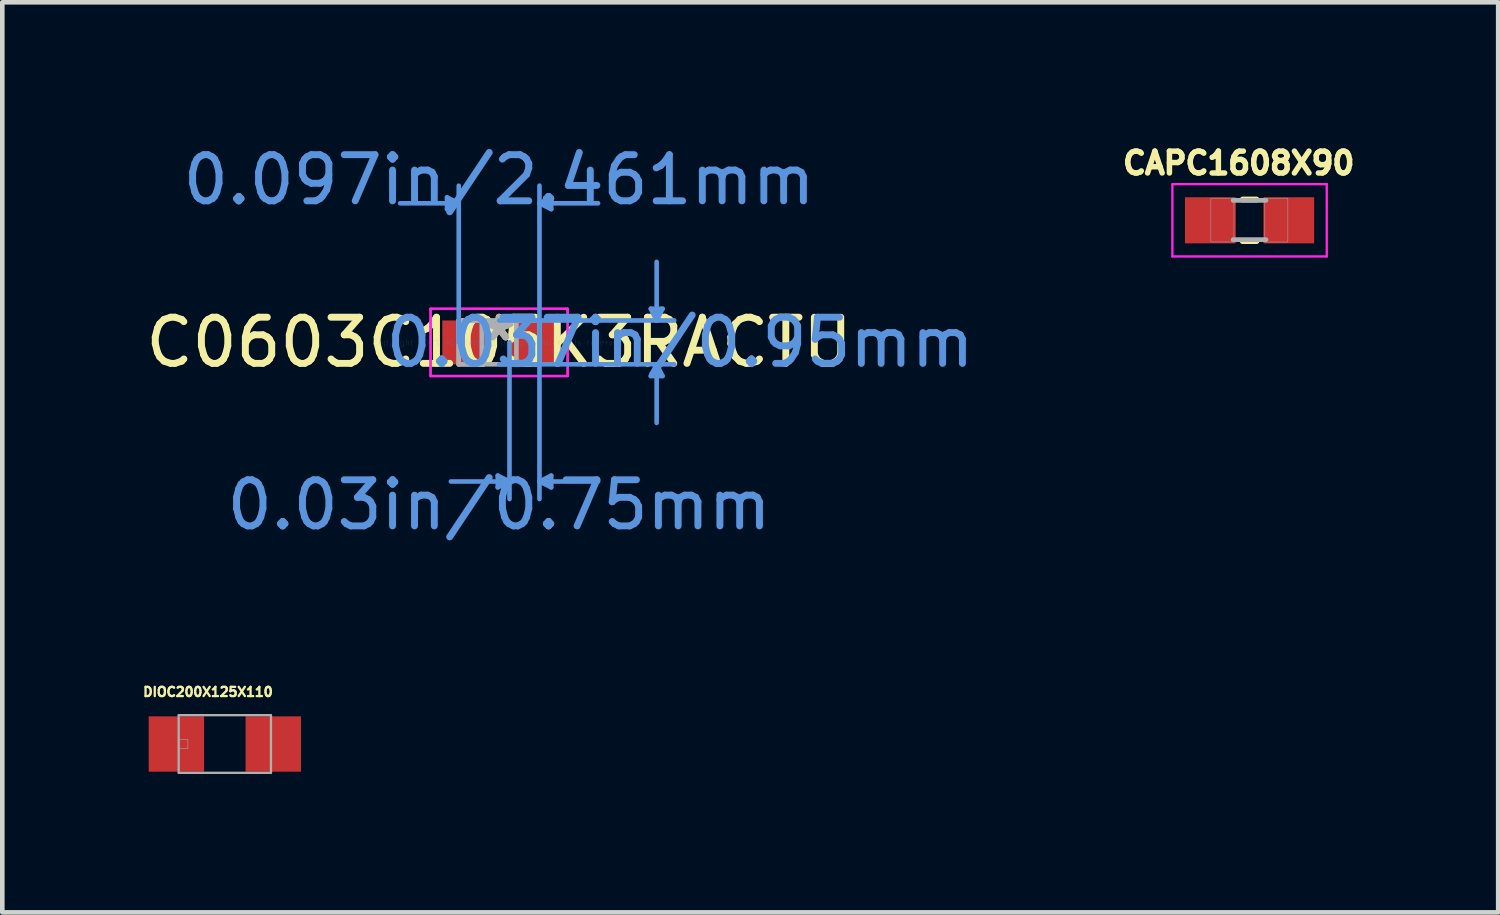
<source format=kicad_pcb>
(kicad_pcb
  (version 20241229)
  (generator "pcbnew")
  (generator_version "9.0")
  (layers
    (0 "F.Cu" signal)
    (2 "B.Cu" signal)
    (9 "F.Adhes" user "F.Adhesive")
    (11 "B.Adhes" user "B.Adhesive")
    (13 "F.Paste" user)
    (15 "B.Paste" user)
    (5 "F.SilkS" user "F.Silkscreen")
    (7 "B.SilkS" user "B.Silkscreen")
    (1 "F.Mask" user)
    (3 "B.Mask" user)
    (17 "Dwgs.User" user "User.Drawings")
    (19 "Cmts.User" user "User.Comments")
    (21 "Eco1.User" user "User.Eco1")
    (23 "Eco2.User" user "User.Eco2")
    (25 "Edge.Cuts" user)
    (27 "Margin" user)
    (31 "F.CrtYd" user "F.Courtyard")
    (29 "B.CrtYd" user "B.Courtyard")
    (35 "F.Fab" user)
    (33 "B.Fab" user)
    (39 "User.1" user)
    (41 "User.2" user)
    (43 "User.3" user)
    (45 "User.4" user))
  (footprint "C0603C105K3RACTU"
    (layer "F.Cu")
    (at 7.768 4.371)
    (property "Reference" "C0603C105K3RACTU" (at 0 0 0) (layer "F.SilkS") (effects (font (size 1 1) (thickness 0.15))))
    (attr through_hole)
    (fp_line (start -1.129 -3.142) (end -1.129 -2.888) (stroke (width 0.1) (type solid)) (layer "Cmts.User"))
    (fp_line (start -0.875 -3.015) (end -2.145 -3.015) (stroke (width 0.1) (type solid)) (layer "Cmts.User"))
    (fp_line (start -0.875 -3.015) (end -1.129 -3.142) (stroke (width 0.1) (type solid)) (layer "Cmts.User"))
    (fp_line (start -0.875 -3.015) (end -1.129 -2.888) (stroke (width 0.1) (type solid)) (layer "Cmts.User"))
    (fp_line (start -0.875 0) (end -0.875 -3.396) (stroke (width 0.1) (type solid)) (layer "Cmts.User"))
    (fp_line (start -0.029 2.888) (end -0.029 3.142) (stroke (width 0.1) (type solid)) (layer "Cmts.User"))
    (fp_line (start 0 -0.475) (end 3.796 -0.475) (stroke (width 0.1) (type solid)) (layer "Cmts.User"))
    (fp_line (start 0 0.475) (end 3.796 0.475) (stroke (width 0.1) (type solid)) (layer "Cmts.User"))
    (fp_line (start 0.225 0) (end 0.225 3.396) (stroke (width 0.1) (type solid)) (layer "Cmts.User"))
    (fp_line (start 0.225 3.015) (end -1.045 3.015) (stroke (width 0.1) (type solid)) (layer "Cmts.User"))
    (fp_line (start 0.225 3.015) (end -0.029 2.888) (stroke (width 0.1) (type solid)) (layer "Cmts.User"))
    (fp_line (start 0.225 3.015) (end -0.029 3.142) (stroke (width 0.1) (type solid)) (layer "Cmts.User"))
    (fp_line (start 0.875 -3.015) (end 1.129 -3.142) (stroke (width 0.1) (type solid)) (layer "Cmts.User"))
    (fp_line (start 0.875 -3.015) (end 1.129 -2.888) (stroke (width 0.1) (type solid)) (layer "Cmts.User"))
    (fp_line (start 0.875 -3.015) (end 2.145 -3.015) (stroke (width 0.1) (type solid)) (layer "Cmts.User"))
    (fp_line (start 0.875 0) (end 0.875 -3.396) (stroke (width 0.1) (type solid)) (layer "Cmts.User"))
    (fp_line (start 0.875 0) (end 0.875 3.396) (stroke (width 0.1) (type solid)) (layer "Cmts.User"))
    (fp_line (start 0.875 3.015) (end 1.129 2.888) (stroke (width 0.1) (type solid)) (layer "Cmts.User"))
    (fp_line (start 0.875 3.015) (end 1.129 3.142) (stroke (width 0.1) (type solid)) (layer "Cmts.User"))
    (fp_line (start 0.875 3.015) (end 2.145 3.015) (stroke (width 0.1) (type solid)) (layer "Cmts.User"))
    (fp_line (start 1.129 -3.142) (end 1.129 -2.888) (stroke (width 0.1) (type solid)) (layer "Cmts.User"))
    (fp_line (start 1.129 2.888) (end 1.129 3.142) (stroke (width 0.1) (type solid)) (layer "Cmts.User"))
    (fp_line (start 3.288 -0.729) (end 3.542 -0.729) (stroke (width 0.1) (type solid)) (layer "Cmts.User"))
    (fp_line (start 3.288 0.729) (end 3.542 0.729) (stroke (width 0.1) (type solid)) (layer "Cmts.User"))
    (fp_line (start 3.415 -0.475) (end 3.288 -0.729) (stroke (width 0.1) (type solid)) (layer "Cmts.User"))
    (fp_line (start 3.415 -0.475) (end 3.415 -1.745) (stroke (width 0.1) (type solid)) (layer "Cmts.User"))
    (fp_line (start 3.415 -0.475) (end 3.542 -0.729) (stroke (width 0.1) (type solid)) (layer "Cmts.User"))
    (fp_line (start 3.415 0.475) (end 3.288 0.729) (stroke (width 0.1) (type solid)) (layer "Cmts.User"))
    (fp_line (start 3.415 0.475) (end 3.415 1.745) (stroke (width 0.1) (type solid)) (layer "Cmts.User"))
    (fp_line (start 3.415 0.475) (end 3.542 0.729) (stroke (width 0.1) (type solid)) (layer "Cmts.User"))
    (fp_line (start -1.485 -0.729) (end 1.485 -0.729) (stroke (width 0.05) (type solid)) (layer "F.CrtYd"))
    (fp_line (start -1.485 -0.729) (end 1.485 -0.729) (stroke (width 0.05) (type solid)) (layer "F.CrtYd"))
    (fp_line (start -1.485 0.729) (end -1.485 -0.729) (stroke (width 0.05) (type solid)) (layer "F.CrtYd"))
    (fp_line (start -1.485 0.729) (end -1.485 -0.729) (stroke (width 0.05) (type solid)) (layer "F.CrtYd"))
    (fp_line (start 1.485 -0.729) (end 1.485 0.729) (stroke (width 0.05) (type solid)) (layer "F.CrtYd"))
    (fp_line (start 1.485 -0.729) (end 1.485 0.729) (stroke (width 0.05) (type solid)) (layer "F.CrtYd"))
    (fp_line (start 1.485 0.729) (end -1.485 0.729) (stroke (width 0.05) (type solid)) (layer "F.CrtYd"))
    (fp_line (start 1.485 0.729) (end -1.485 0.729) (stroke (width 0.05) (type solid)) (layer "F.CrtYd"))
    (fp_line (start -0.875 -0.475) (end -0.875 0.475) (stroke (width 0.1) (type solid)) (layer "F.Fab"))
    (fp_line (start -0.875 -0.475) (end -0.875 0.475) (stroke (width 0.1) (type solid)) (layer "F.Fab"))
    (fp_line (start -0.875 0.475) (end -0.375 0.475) (stroke (width 0.1) (type solid)) (layer "F.Fab"))
    (fp_line (start -0.875 0.475) (end 0.875 0.475) (stroke (width 0.1) (type solid)) (layer "F.Fab"))
    (fp_line (start -0.375 -0.475) (end -0.875 -0.475) (stroke (width 0.1) (type solid)) (layer "F.Fab"))
    (fp_line (start -0.375 0.475) (end -0.375 -0.475) (stroke (width 0.1) (type solid)) (layer "F.Fab"))
    (fp_line (start 0.375 -0.475) (end 0.375 0.475) (stroke (width 0.1) (type solid)) (layer "F.Fab"))
    (fp_line (start 0.375 0.475) (end 0.875 0.475) (stroke (width 0.1) (type solid)) (layer "F.Fab"))
    (fp_line (start 0.875 -0.475) (end -0.875 -0.475) (stroke (width 0.1) (type solid)) (layer "F.Fab"))
    (fp_line (start 0.875 -0.475) (end 0.375 -0.475) (stroke (width 0.1) (type solid)) (layer "F.Fab"))
    (fp_line (start 0.875 0.475) (end 0.875 -0.475) (stroke (width 0.1) (type solid)) (layer "F.Fab"))
    (fp_line (start 0.875 0.475) (end 0.875 -0.475) (stroke (width 0.1) (type solid)) (layer "F.Fab"))
    (fp_text user "*" (at 0 0 0) (layer "F.SilkS") (effects (font (size 1 1) (thickness 0.15))))
    (fp_text user "0.03in/0.75mm" (at 0 3.523 0) (layer "Cmts.User") (effects (font (size 1 1) (thickness 0.15))))
    (fp_text user "0.097in/2.461mm" (at 0 -3.523 0) (layer "Cmts.User") (effects (font (size 1 1) (thickness 0.15))))
    (fp_text user "Copyright 2021 Accelerated Designs. All rights reserved." (at 0 0 0) (layer "Cmts.User") (effects (font (size 0.127 0.127) (thickness 0.002))))
    (fp_text user "0.037in/0.95mm" (at 3.923 0 0) (layer "Cmts.User") (effects (font (size 1 1) (thickness 0.15))))
    (fp_text user "*" (at 0 0 0) (layer "F.Fab") (effects (font (size 1 1) (thickness 0.15))))
    (pad "1" smd rect (at -0.728 0) (size 1.006 0.95) (layers "F.Cu" "F.Mask" "F.Paste"))
    (pad "2" smd rect (at 0.728 0) (size 1.006 0.95) (layers "F.Cu" "F.Mask" "F.Paste")))
  (footprint "DIOC200X125X110"
    (layer "F.Cu")
    (at 1.823 13.076)
    (property "Reference" "DIOC200X125X110" (at -0.366 -1.129 0) (layer "F.SilkS") (effects (font (size 0.2 0.2) (thickness 0.15))))
    (attr through_hole)
    (fp_line (start -1 -0.625) (end -1 0.625) (stroke (width 0.05) (type solid)) (layer "F.Fab"))
    (fp_line (start -1 0.625) (end 1 0.625) (stroke (width 0.05) (type solid)) (layer "F.Fab"))
    (fp_line (start 1 -0.625) (end -1 -0.625) (stroke (width 0.05) (type solid)) (layer "F.Fab"))
    (fp_line (start 1 0.625) (end 1 -0.625) (stroke (width 0.05) (type solid)) (layer "F.Fab"))
    (fp_poly (pts (xy -1.002 -0.1) (xy -0.8 -0.1) (xy -0.8 0.1) (xy -1.002 0.1)) (stroke (width 0.01) (type solid)) (fill no) (layer "F.Fab"))
    (pad "+" smd rect (at 1.05 0) (size 1.2 1.2) (layers "F.Cu" "F.Mask" "F.Paste"))
    (pad "-" smd rect (at -1.05 0) (size 1.2 1.2) (layers "F.Cu" "F.Mask" "F.Paste")))
  (footprint "CAPC1608X90"
    (layer "F.Cu")
    (at 24.034 1.725)
    (property "Reference" "CAPC1608X90" (at -0.236 -1.239 0) (layer "F.SilkS") (effects (font (size 0.474 0.474) (thickness 0.15))))
    (attr through_hole)
    (fp_line (start -0.15 -0.45) (end 0.15 -0.45) (stroke (width 0.127) (type solid)) (layer "F.SilkS"))
    (fp_line (start -0.15 0.45) (end 0.15 0.45) (stroke (width 0.127) (type solid)) (layer "F.SilkS"))
    (fp_line (start -1.673 -0.783) (end 1.673 -0.783) (stroke (width 0.051) (type solid)) (layer "F.CrtYd"))
    (fp_line (start -1.673 0.783) (end -1.673 -0.783) (stroke (width 0.051) (type solid)) (layer "F.CrtYd"))
    (fp_line (start 1.673 -0.783) (end 1.673 0.783) (stroke (width 0.051) (type solid)) (layer "F.CrtYd"))
    (fp_line (start 1.673 0.783) (end -1.673 0.783) (stroke (width 0.051) (type solid)) (layer "F.CrtYd"))
    (fp_line (start -0.356 -0.432) (end 0.356 -0.432) (stroke (width 0.102) (type solid)) (layer "F.Fab"))
    (fp_line (start -0.356 0.419) (end 0.356 0.419) (stroke (width 0.102) (type solid)) (layer "F.Fab"))
    (fp_poly (pts (xy -0.839 -0.48) (xy -0.338 -0.48) (xy -0.338 0.47) (xy -0.839 0.47)) (stroke (width 0.01) (type solid)) (fill no) (layer "F.Fab"))
    (fp_poly (pts (xy 0.331 -0.48) (xy 0.83 -0.48) (xy 0.83 0.471) (xy 0.331 0.471)) (stroke (width 0.01) (type solid)) (fill no) (layer "F.Fab"))
    (pad "1" smd rect (at -0.85 0) (size 1.1 1) (layers "F.Cu" "F.Mask" "F.Paste"))
    (pad "2" smd rect (at 0.85 0) (size 1.1 1) (layers "F.Cu" "F.Mask" "F.Paste")))
  (gr_rect
    (start -3 -3)
    (end 29.423 16.726)
    (stroke (width 0.1) (type default))
    (fill no)
    (layer "Edge.Cuts")))
</source>
